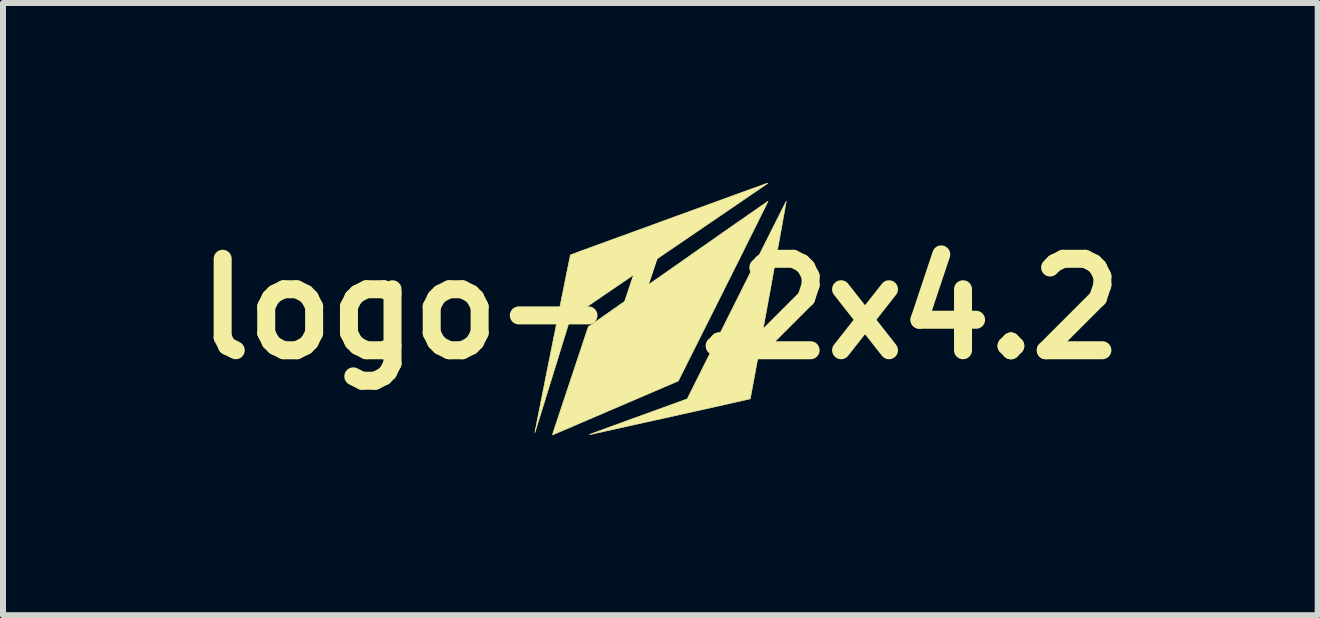
<source format=kicad_pcb>
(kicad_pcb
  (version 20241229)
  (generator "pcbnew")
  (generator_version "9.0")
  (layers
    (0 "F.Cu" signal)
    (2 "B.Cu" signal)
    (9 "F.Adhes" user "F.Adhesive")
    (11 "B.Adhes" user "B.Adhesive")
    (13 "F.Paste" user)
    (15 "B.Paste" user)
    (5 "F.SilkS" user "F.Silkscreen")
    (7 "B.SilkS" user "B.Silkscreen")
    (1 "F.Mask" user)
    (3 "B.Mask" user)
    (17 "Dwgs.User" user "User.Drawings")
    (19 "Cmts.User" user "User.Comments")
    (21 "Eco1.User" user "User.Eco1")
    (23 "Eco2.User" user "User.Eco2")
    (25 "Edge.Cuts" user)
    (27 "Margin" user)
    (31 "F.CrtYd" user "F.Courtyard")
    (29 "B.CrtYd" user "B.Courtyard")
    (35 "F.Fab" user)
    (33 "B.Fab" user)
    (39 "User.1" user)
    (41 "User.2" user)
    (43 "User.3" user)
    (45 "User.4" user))
  (footprint "logo-4.2x4.2"
    (layer "F.Cu")
    (at 7.954 2.097)
    (property "Reference" "logo-4.2x4.2" (at 0 0 0) (layer "F.SilkS") (effects (font (size 1.524 1.524) (thickness 0.3))))
    (attr through_hole)
    (fp_poly (pts (xy 1.791 -1.786) (xy 1.781 -1.764) (xy 1.764 -1.73) (xy 1.741 -1.682) (xy 1.711 -1.623) (xy 1.676 -1.552) (xy 1.636 -1.471) (xy 1.591 -1.38) (xy 1.541 -1.28) (xy 1.487 -1.172) (xy 1.429 -1.056) (xy 1.368 -0.932) (xy 1.303 -0.802) (xy 1.235 -0.667) (xy 1.165 -0.526) (xy 1.092 -0.382) (xy 1.049 -0.294) (xy 0.299 1.202) (xy -0.747 1.651) (xy -0.871 1.704) (xy -0.991 1.756) (xy -1.106 1.805) (xy -1.215 1.852) (xy -1.318 1.896) (xy -1.413 1.937) (xy -1.499 1.974) (xy -1.576 2.007) (xy -1.643 2.035) (xy -1.699 2.059) (xy -1.742 2.078) (xy -1.774 2.091) (xy -1.791 2.098) (xy -1.795 2.1) (xy -1.797 2.094) (xy -1.797 2.094) (xy -1.794 2.086) (xy -1.787 2.063) (xy -1.775 2.026) (xy -1.759 1.977) (xy -1.739 1.916) (xy -1.715 1.844) (xy -1.688 1.763) (xy -1.658 1.673) (xy -1.626 1.576) (xy -1.591 1.471) (xy -1.555 1.361) (xy -1.516 1.246) (xy -1.499 1.194) (xy -1.201 0.299) (xy 0.295 -0.748) (xy 0.436 -0.847) (xy 0.573 -0.943) (xy 0.706 -1.036) (xy 0.835 -1.126) (xy 0.958 -1.212) (xy 1.075 -1.294) (xy 1.185 -1.371) (xy 1.288 -1.443) (xy 1.384 -1.509) (xy 1.471 -1.57) (xy 1.549 -1.624) (xy 1.617 -1.671) (xy 1.675 -1.712) (xy 1.723 -1.744) (xy 1.759 -1.769) (xy 1.782 -1.785) (xy 1.794 -1.793) (xy 1.795 -1.793) (xy 1.791 -1.786)) (stroke (width 0.01) (type solid)) (fill yes) (layer "F.SilkS"))
    (fp_poly (pts (xy 2.097 -1.785) (xy 2.093 -1.762) (xy 2.086 -1.724) (xy 2.077 -1.673) (xy 2.066 -1.61) (xy 2.052 -1.535) (xy 2.037 -1.449) (xy 2.02 -1.354) (xy 2.001 -1.25) (xy 1.981 -1.138) (xy 1.959 -1.019) (xy 1.937 -0.894) (xy 1.913 -0.765) (xy 1.889 -0.631) (xy 1.864 -0.493) (xy 1.839 -0.354) (xy 1.813 -0.213) (xy 1.787 -0.072) (xy 1.762 0.069) (xy 1.736 0.208) (xy 1.711 0.345) (xy 1.687 0.479) (xy 1.663 0.608) (xy 1.64 0.732) (xy 1.619 0.851) (xy 1.598 0.962) (xy 1.579 1.066) (xy 1.562 1.16) (xy 1.546 1.245) (xy 1.532 1.32) (xy 1.521 1.382) (xy 1.511 1.432) (xy 1.504 1.469) (xy 1.5 1.492) (xy 1.498 1.499) (xy 1.49 1.501) (xy 1.467 1.507) (xy 1.429 1.515) (xy 1.377 1.527) (xy 1.313 1.542) (xy 1.237 1.559) (xy 1.151 1.578) (xy 1.054 1.6) (xy 0.947 1.624) (xy 0.832 1.65) (xy 0.71 1.677) (xy 0.58 1.706) (xy 0.445 1.736) (xy 0.305 1.767) (xy 0.167 1.798) (xy 0.022 1.83) (xy -0.119 1.861) (xy -0.254 1.891) (xy -0.384 1.92) (xy -0.507 1.947) (xy -0.622 1.973) (xy -0.729 1.997) (xy -0.826 2.018) (xy -0.914 2.038) (xy -0.99 2.055) (xy -1.055 2.069) (xy -1.106 2.081) (xy -1.145 2.089) (xy -1.169 2.094) (xy -1.177 2.096) (xy -1.182 2.096) (xy -1.173 2.091) (xy -1.169 2.089) (xy -1.158 2.085) (xy -1.133 2.075) (xy -1.094 2.061) (xy -1.043 2.042) (xy -0.981 2.019) (xy -0.909 1.993) (xy -0.828 1.963) (xy -0.738 1.931) (xy -0.642 1.896) (xy -0.54 1.858) (xy -0.433 1.819) (xy -0.348 1.789) (xy 0.448 1.5) (xy 1.272 -0.148) (xy 1.349 -0.302) (xy 1.424 -0.453) (xy 1.497 -0.599) (xy 1.568 -0.739) (xy 1.635 -0.874) (xy 1.699 -1.002) (xy 1.76 -1.123) (xy 1.817 -1.236) (xy 1.869 -1.341) (xy 1.917 -1.436) (xy 1.96 -1.522) (xy 1.998 -1.597) (xy 2.03 -1.661) (xy 2.057 -1.713) (xy 2.077 -1.753) (xy 2.09 -1.78) (xy 2.097 -1.792) (xy 2.098 -1.794) (xy 2.097 -1.785)) (stroke (width 0.01) (type solid)) (fill yes) (layer "F.SilkS"))
    (fp_poly (pts (xy 1.789 -2.092) (xy 1.787 -2.09) (xy 1.779 -2.085) (xy 1.759 -2.07) (xy 1.725 -2.047) (xy 1.68 -2.017) (xy 1.624 -1.978) (xy 1.557 -1.933) (xy 1.48 -1.88) (xy 1.394 -1.821) (xy 1.299 -1.756) (xy 1.196 -1.686) (xy 1.085 -1.61) (xy 0.966 -1.529) (xy 0.842 -1.445) (xy 0.711 -1.356) (xy 0.576 -1.263) (xy 0.435 -1.167) (xy 0.291 -1.069) (xy 0.143 -0.968) (xy 0.137 -0.964) (xy -1.499 0.152) (xy -1.795 1.112) (xy -1.833 1.233) (xy -1.869 1.349) (xy -1.903 1.46) (xy -1.935 1.565) (xy -1.966 1.662) (xy -1.993 1.751) (xy -2.018 1.831) (xy -2.04 1.901) (xy -2.058 1.959) (xy -2.073 2.006) (xy -2.083 2.039) (xy -2.09 2.058) (xy -2.092 2.063) (xy -2.09 2.054) (xy -2.086 2.03) (xy -2.078 1.992) (xy -2.068 1.941) (xy -2.056 1.877) (xy -2.041 1.803) (xy -2.024 1.718) (xy -2.005 1.624) (xy -1.985 1.521) (xy -1.963 1.412) (xy -1.94 1.296) (xy -1.916 1.174) (xy -1.891 1.048) (xy -1.865 0.919) (xy -1.838 0.787) (xy -1.812 0.654) (xy -1.785 0.52) (xy -1.758 0.387) (xy -1.732 0.255) (xy -1.706 0.126) (xy -1.681 -0.001) (xy -1.656 -0.123) (xy -1.633 -0.239) (xy -1.61 -0.349) (xy -1.59 -0.452) (xy -1.571 -0.547) (xy -1.553 -0.633) (xy -1.538 -0.708) (xy -1.525 -0.773) (xy -1.514 -0.825) (xy -1.506 -0.864) (xy -1.501 -0.89) (xy -1.498 -0.9) (xy -1.498 -0.9) (xy -1.491 -0.903) (xy -1.468 -0.911) (xy -1.432 -0.924) (xy -1.383 -0.942) (xy -1.323 -0.965) (xy -1.251 -0.991) (xy -1.169 -1.021) (xy -1.077 -1.054) (xy -0.977 -1.091) (xy -0.87 -1.13) (xy -0.756 -1.172) (xy -0.635 -1.215) (xy -0.51 -1.261) (xy -0.381 -1.308) (xy -0.249 -1.356) (xy -0.114 -1.405) (xy 0.022 -1.455) (xy 0.159 -1.505) (xy 0.296 -1.555) (xy 0.432 -1.604) (xy 0.565 -1.653) (xy 0.696 -1.7) (xy 0.823 -1.746) (xy 0.946 -1.791) (xy 1.063 -1.834) (xy 1.174 -1.874) (xy 1.277 -1.911) (xy 1.373 -1.946) (xy 1.46 -1.978) (xy 1.536 -2.005) (xy 1.603 -2.029) (xy 1.657 -2.049) (xy 1.7 -2.064) (xy 1.729 -2.075) (xy 1.739 -2.079) (xy 1.766 -2.087) (xy 1.783 -2.092) (xy 1.789 -2.092)) (stroke (width 0.01) (type solid)) (fill yes) (layer "F.SilkS"))
    (fp_poly (pts (xy -2.092 2.08) (xy -2.096 2.084) (xy -2.1 2.08) (xy -2.096 2.076) (xy -2.092 2.08)) (stroke (width 0.01) (type solid)) (fill no) (layer "Eco2.User")))
  (gr_rect
    (start -3 -3)
    (end 18.908 7.202)
    (stroke (width 0.1) (type default))
    (fill no)
    (layer "Edge.Cuts")))
</source>
